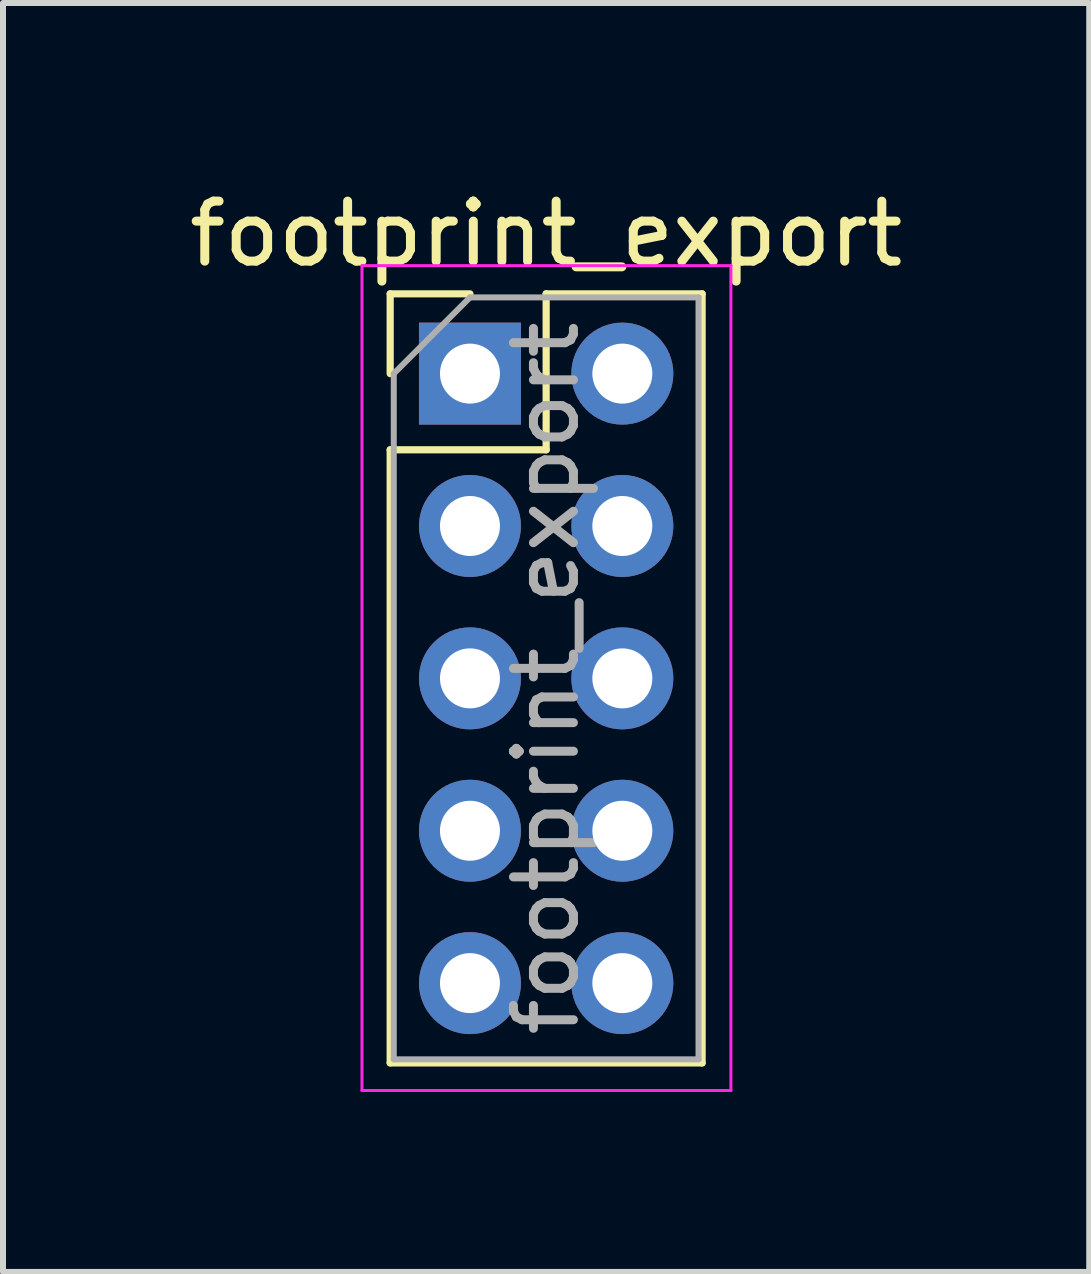
<source format=kicad_pcb>
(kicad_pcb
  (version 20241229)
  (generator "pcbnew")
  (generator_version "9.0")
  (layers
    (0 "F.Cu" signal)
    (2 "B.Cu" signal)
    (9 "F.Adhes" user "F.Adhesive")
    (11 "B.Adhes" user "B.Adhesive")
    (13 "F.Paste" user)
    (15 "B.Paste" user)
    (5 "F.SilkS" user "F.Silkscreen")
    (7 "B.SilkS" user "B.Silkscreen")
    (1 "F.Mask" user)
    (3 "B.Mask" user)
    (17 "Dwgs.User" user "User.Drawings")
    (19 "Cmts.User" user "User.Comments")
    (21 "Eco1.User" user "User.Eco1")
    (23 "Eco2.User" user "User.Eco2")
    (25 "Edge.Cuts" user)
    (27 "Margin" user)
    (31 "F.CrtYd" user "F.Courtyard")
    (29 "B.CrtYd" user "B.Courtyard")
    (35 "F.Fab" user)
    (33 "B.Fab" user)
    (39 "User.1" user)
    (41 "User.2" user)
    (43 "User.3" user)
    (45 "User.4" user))
  (footprint "footprint_export"
    (layer "F.Cu")
    (at 4.784 3.178)
    (property "Reference" "footprint_export" (at 1.27 -2.33 0) (layer "F.SilkS") (effects (font (size 1 1) (thickness 0.15))))
    (attr through_hole)
    (fp_line (start -1.33 -1.33) (end 0 -1.33) (stroke (width 0.12) (type solid)) (layer "F.SilkS"))
    (fp_line (start -1.33 0) (end -1.33 -1.33) (stroke (width 0.12) (type solid)) (layer "F.SilkS"))
    (fp_line (start -1.33 1.27) (end -1.33 11.49) (stroke (width 0.12) (type solid)) (layer "F.SilkS"))
    (fp_line (start -1.33 1.27) (end 1.27 1.27) (stroke (width 0.12) (type solid)) (layer "F.SilkS"))
    (fp_line (start -1.33 11.49) (end 3.87 11.49) (stroke (width 0.12) (type solid)) (layer "F.SilkS"))
    (fp_line (start 1.27 -1.33) (end 3.87 -1.33) (stroke (width 0.12) (type solid)) (layer "F.SilkS"))
    (fp_line (start 1.27 1.27) (end 1.27 -1.33) (stroke (width 0.12) (type solid)) (layer "F.SilkS"))
    (fp_line (start 3.87 -1.33) (end 3.87 11.49) (stroke (width 0.12) (type solid)) (layer "F.SilkS"))
    (fp_line (start -1.8 -1.8) (end -1.8 11.95) (stroke (width 0.05) (type solid)) (layer "F.CrtYd"))
    (fp_line (start -1.8 11.95) (end 4.35 11.95) (stroke (width 0.05) (type solid)) (layer "F.CrtYd"))
    (fp_line (start 4.35 -1.8) (end -1.8 -1.8) (stroke (width 0.05) (type solid)) (layer "F.CrtYd"))
    (fp_line (start 4.35 11.95) (end 4.35 -1.8) (stroke (width 0.05) (type solid)) (layer "F.CrtYd"))
    (fp_line (start -1.27 0) (end 0 -1.27) (stroke (width 0.1) (type solid)) (layer "F.Fab"))
    (fp_line (start -1.27 11.43) (end -1.27 0) (stroke (width 0.1) (type solid)) (layer "F.Fab"))
    (fp_line (start 0 -1.27) (end 3.81 -1.27) (stroke (width 0.1) (type solid)) (layer "F.Fab"))
    (fp_line (start 3.81 -1.27) (end 3.81 11.43) (stroke (width 0.1) (type solid)) (layer "F.Fab"))
    (fp_line (start 3.81 11.43) (end -1.27 11.43) (stroke (width 0.1) (type solid)) (layer "F.Fab"))
    (fp_text user "${REFERENCE}" (at 1.27 5.08 90) (layer "F.Fab") (effects (font (size 1 1) (thickness 0.15))))
    (pad "1" thru_hole rect (at 0 0) (size 1.7 1.7) (drill 1) (layers "*.Cu" "*.Mask"))
    (pad "2" thru_hole oval (at 2.54 0) (size 1.7 1.7) (drill 1) (layers "*.Cu" "*.Mask"))
    (pad "3" thru_hole oval (at 0 2.54) (size 1.7 1.7) (drill 1) (layers "*.Cu" "*.Mask"))
    (pad "4" thru_hole oval (at 2.54 2.54) (size 1.7 1.7) (drill 1) (layers "*.Cu" "*.Mask"))
    (pad "5" thru_hole oval (at 0 5.08) (size 1.7 1.7) (drill 1) (layers "*.Cu" "*.Mask"))
    (pad "6" thru_hole oval (at 2.54 5.08) (size 1.7 1.7) (drill 1) (layers "*.Cu" "*.Mask"))
    (pad "7" thru_hole oval (at 0 7.62) (size 1.7 1.7) (drill 1) (layers "*.Cu" "*.Mask"))
    (pad "8" thru_hole oval (at 2.54 7.62) (size 1.7 1.7) (drill 1) (layers "*.Cu" "*.Mask"))
    (pad "9" thru_hole oval (at 0 10.16) (size 1.7 1.7) (drill 1) (layers "*.Cu" "*.Mask"))
    (pad "10" thru_hole oval (at 2.54 10.16) (size 1.7 1.7) (drill 1) (layers "*.Cu" "*.Mask")))
  (gr_rect
    (start -3 -3)
    (end 15.107 18.153)
    (stroke (width 0.1) (type default))
    (fill no)
    (layer "Edge.Cuts")))
</source>
